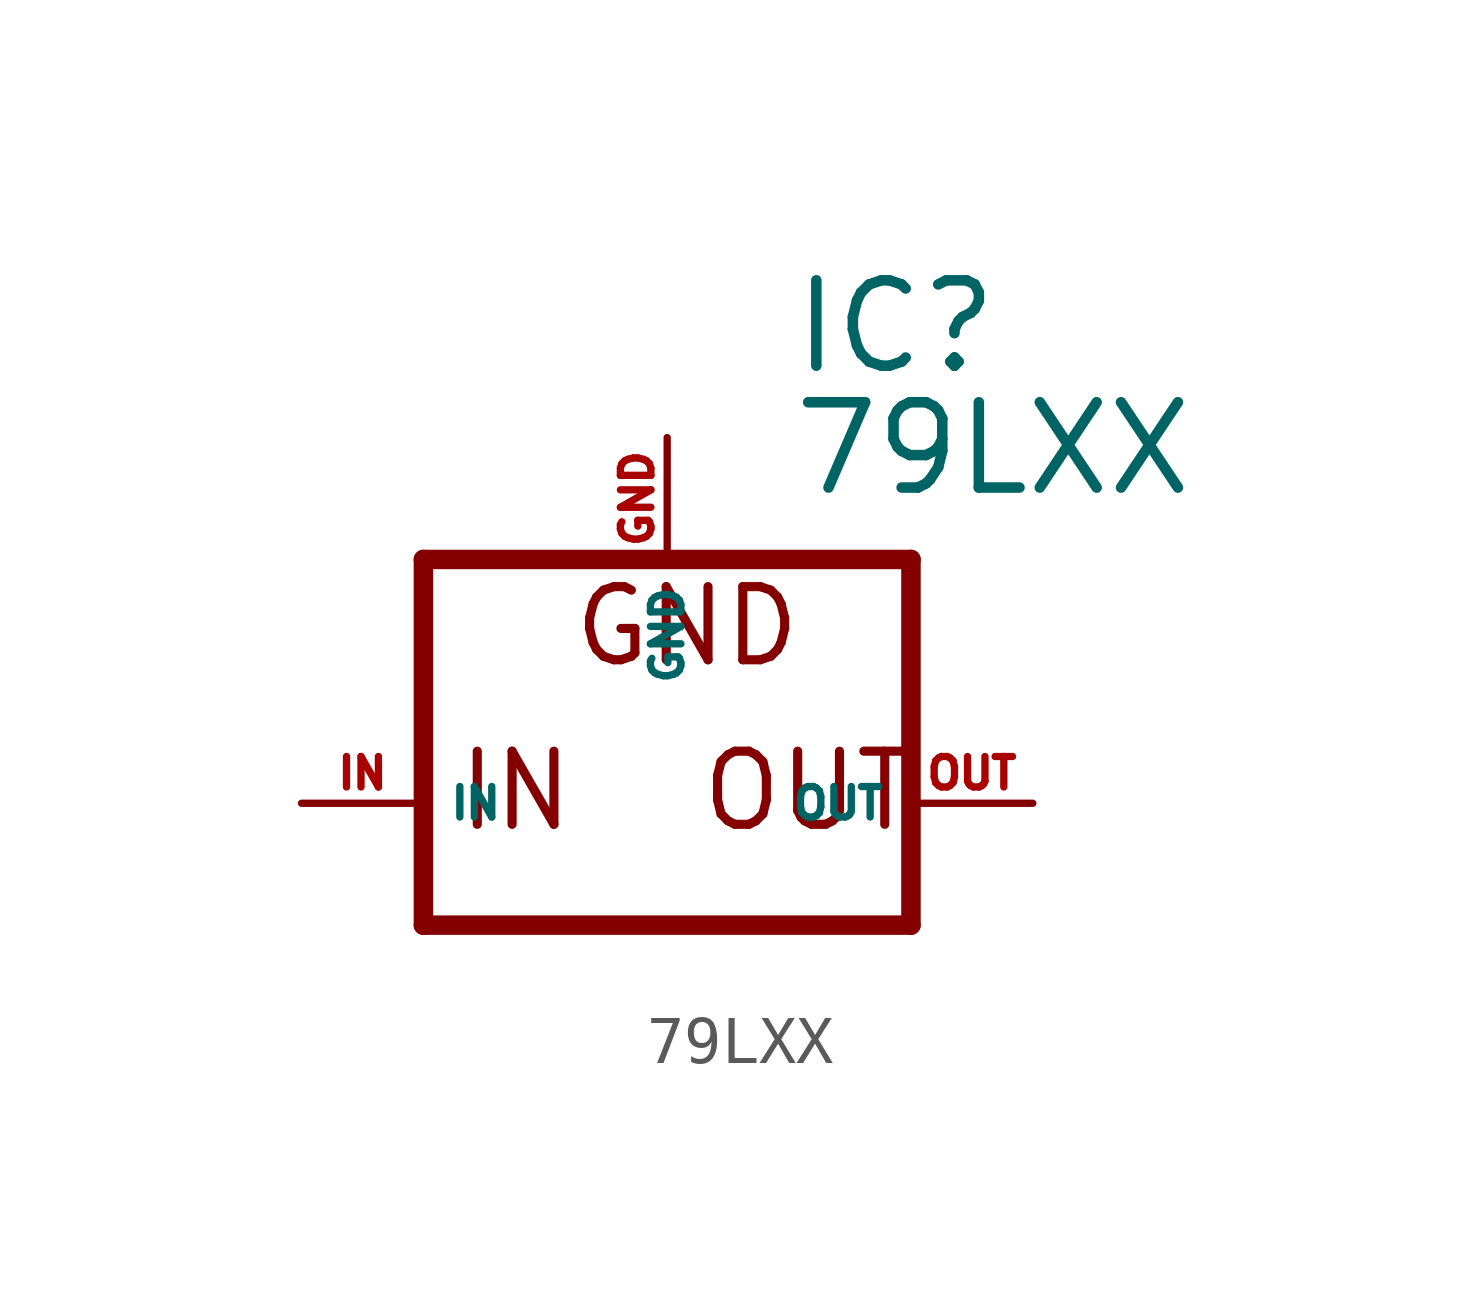
<source format=kicad_sym>
(kicad_symbol_lib
  (version 20220914)
  (generator Eagle2Kicad)
  (symbol "79LXX"
    (property "Reference" "IC"
      (at 2.54 8.89 0)
      (effects (font (size 1.778 1.778) (thickness 0.22)) (justify left bottom)))
    (property "Value" "79LXX"
      (at 2.54 6.35 0)
      (effects (font (size 1.778 1.778) (thickness 0.22)) (justify left bottom)))
    (polyline
      (pts (xy -5.08 -2.54) (xy 5.08 -2.54))
      (stroke (width 0.406) (type default))
      (fill (type none)))
    (polyline
      (pts (xy 5.08 -2.54) (xy 5.08 5.08))
      (stroke (width 0.406) (type default))
      (fill (type none)))
    (polyline
      (pts (xy 5.08 5.08) (xy -5.08 5.08))
      (stroke (width 0.406) (type default))
      (fill (type none)))
    (polyline
      (pts (xy -5.08 5.08) (xy -5.08 -2.54))
      (stroke (width 0.406) (type default))
      (fill (type none)))
    (text "GND"
      (at -2.032 2.794 0)
      (effects (font (size 1.524 1.524) (thickness 0.19)) (justify left bottom)))
    (text "OUT"
      (at 0.635 -0.635 0)
      (effects (font (size 1.524 1.524) (thickness 0.19)) (justify left bottom)))
    (text "IN"
      (at -4.445 -0.635 0)
      (effects (font (size 1.524 1.524) (thickness 0.19)) (justify left bottom)))
    (pin input line
      (at -7.62 0 0)
      (length 2.54)
      (name "IN" (effects (font (size 0.635 0.635) (thickness 0.08)) (justify left bottom)))
      (number "IN" (effects (font (size 0.635 0.635) (thickness 0.08)) (justify left bottom))))
    (pin input line
      (at 0 7.62 270)
      (length 2.54)
      (name "GND" (effects (font (size 0.635 0.635) (thickness 0.08)) (justify left bottom)))
      (number "GND" (effects (font (size 0.635 0.635) (thickness 0.08)) (justify left bottom))))
    (pin passive line
      (at 7.62 0 180)
      (length 2.54)
      (name "OUT" (effects (font (size 0.635 0.635) (thickness 0.08)) (justify left bottom)))
      (number "OUT" (effects (font (size 0.635 0.635) (thickness 0.08)) (justify left bottom))))))
</source>
